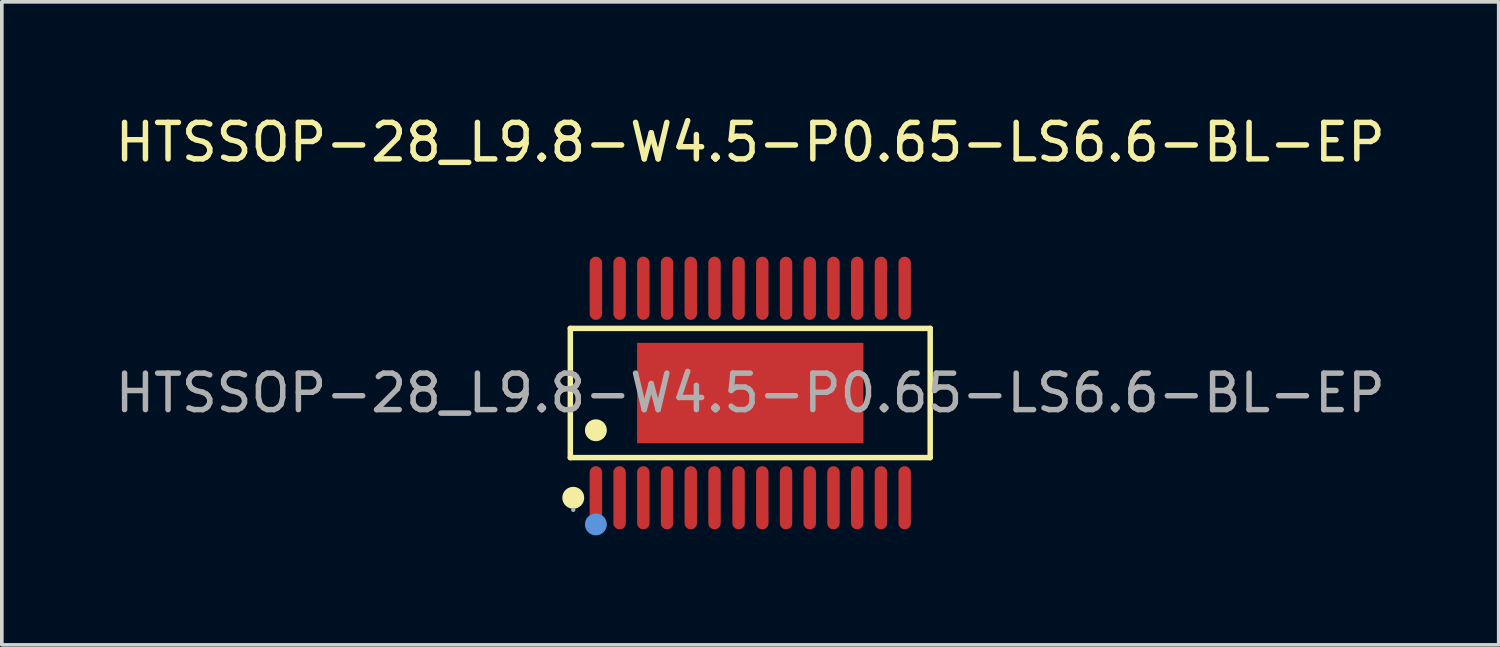
<source format=kicad_pcb>
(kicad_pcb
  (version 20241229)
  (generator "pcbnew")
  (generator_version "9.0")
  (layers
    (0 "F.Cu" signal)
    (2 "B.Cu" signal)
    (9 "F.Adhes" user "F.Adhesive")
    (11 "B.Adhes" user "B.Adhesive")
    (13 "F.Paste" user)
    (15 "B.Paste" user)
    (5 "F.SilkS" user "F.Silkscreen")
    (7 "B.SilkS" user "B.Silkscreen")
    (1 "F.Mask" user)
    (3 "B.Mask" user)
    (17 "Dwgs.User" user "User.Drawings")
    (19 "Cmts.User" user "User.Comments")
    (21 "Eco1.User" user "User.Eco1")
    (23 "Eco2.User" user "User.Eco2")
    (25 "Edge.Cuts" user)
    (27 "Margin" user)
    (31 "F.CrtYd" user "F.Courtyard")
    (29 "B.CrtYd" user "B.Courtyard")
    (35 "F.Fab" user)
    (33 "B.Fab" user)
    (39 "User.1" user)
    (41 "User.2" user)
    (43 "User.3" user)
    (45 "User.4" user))
  (footprint "HTSSOP-28_L9.8-W4.5-P0.65-LS6.6-BL-EP"
    (layer "F.Cu")
    (at 17.506 7.718)
    (property "Reference" "HTSSOP-28_L9.8-W4.5-P0.65-LS6.6-BL-EP" (at 0 -6.87 0) (layer "F.SilkS") (effects (font (size 1 1) (thickness 0.15))))
    (attr smd)
    (fp_line (start -4.93 -1.77) (end 4.93 -1.77) (stroke (width 0.15) (type solid)) (layer "F.SilkS"))
    (fp_line (start -4.93 1.77) (end -4.93 -1.77) (stroke (width 0.15) (type solid)) (layer "F.SilkS"))
    (fp_line (start 4.93 -1.77) (end 4.93 1.77) (stroke (width 0.15) (type solid)) (layer "F.SilkS"))
    (fp_line (start 4.93 1.77) (end -4.93 1.77) (stroke (width 0.15) (type solid)) (layer "F.SilkS"))
    (fp_circle (center -4.85 2.87) (end -4.7 2.87) (stroke (width 0.3) (type solid)) (fill no) (layer "F.SilkS"))
    (fp_circle (center -4.23 1.02) (end -4.08 1.02) (stroke (width 0.3) (type solid)) (fill no) (layer "F.SilkS"))
    (fp_circle (center -4.23 3.6) (end -4.08 3.6) (stroke (width 0.3) (type solid)) (fill no) (layer "Cmts.User"))
    (fp_circle (center -4.85 3.2) (end -4.82 3.2) (stroke (width 0.06) (type solid)) (fill no) (layer "F.Fab"))
    (fp_text user "${REFERENCE}" (at 0 0 0) (layer "F.Fab") (effects (font (size 1 1) (thickness 0.15))))
    (pad "1" smd oval (at -4.23 2.87) (size 0.34 1.73) (layers "F.Cu" "F.Mask" "F.Paste"))
    (pad "2" smd oval (at -3.58 2.87) (size 0.34 1.73) (layers "F.Cu" "F.Mask" "F.Paste"))
    (pad "3" smd oval (at -2.93 2.87) (size 0.34 1.73) (layers "F.Cu" "F.Mask" "F.Paste"))
    (pad "4" smd oval (at -2.28 2.87) (size 0.34 1.73) (layers "F.Cu" "F.Mask" "F.Paste"))
    (pad "5" smd oval (at -1.63 2.87) (size 0.34 1.73) (layers "F.Cu" "F.Mask" "F.Paste"))
    (pad "6" smd oval (at -0.98 2.87) (size 0.34 1.73) (layers "F.Cu" "F.Mask" "F.Paste"))
    (pad "7" smd oval (at -0.32 2.87) (size 0.34 1.73) (layers "F.Cu" "F.Mask" "F.Paste"))
    (pad "8" smd oval (at 0.33 2.87) (size 0.34 1.73) (layers "F.Cu" "F.Mask" "F.Paste"))
    (pad "9" smd oval (at 0.98 2.87) (size 0.34 1.73) (layers "F.Cu" "F.Mask" "F.Paste"))
    (pad "10" smd oval (at 1.63 2.87) (size 0.34 1.73) (layers "F.Cu" "F.Mask" "F.Paste"))
    (pad "11" smd oval (at 2.28 2.87) (size 0.34 1.73) (layers "F.Cu" "F.Mask" "F.Paste"))
    (pad "12" smd oval (at 2.93 2.87) (size 0.34 1.73) (layers "F.Cu" "F.Mask" "F.Paste"))
    (pad "13" smd oval (at 3.58 2.87) (size 0.34 1.73) (layers "F.Cu" "F.Mask" "F.Paste"))
    (pad "14" smd oval (at 4.23 2.87) (size 0.34 1.73) (layers "F.Cu" "F.Mask" "F.Paste"))
    (pad "15" smd oval (at 4.23 -2.87) (size 0.34 1.73) (layers "F.Cu" "F.Mask" "F.Paste"))
    (pad "16" smd oval (at 3.58 -2.87) (size 0.34 1.73) (layers "F.Cu" "F.Mask" "F.Paste"))
    (pad "17" smd oval (at 2.93 -2.87) (size 0.34 1.73) (layers "F.Cu" "F.Mask" "F.Paste"))
    (pad "18" smd oval (at 2.28 -2.87) (size 0.34 1.73) (layers "F.Cu" "F.Mask" "F.Paste"))
    (pad "19" smd oval (at 1.63 -2.87) (size 0.34 1.73) (layers "F.Cu" "F.Mask" "F.Paste"))
    (pad "20" smd oval (at 0.98 -2.87) (size 0.34 1.73) (layers "F.Cu" "F.Mask" "F.Paste"))
    (pad "21" smd oval (at 0.33 -2.87) (size 0.34 1.73) (layers "F.Cu" "F.Mask" "F.Paste"))
    (pad "22" smd oval (at -0.32 -2.87) (size 0.34 1.73) (layers "F.Cu" "F.Mask" "F.Paste"))
    (pad "23" smd oval (at -0.98 -2.87) (size 0.34 1.73) (layers "F.Cu" "F.Mask" "F.Paste"))
    (pad "24" smd oval (at -1.63 -2.87) (size 0.34 1.73) (layers "F.Cu" "F.Mask" "F.Paste"))
    (pad "25" smd oval (at -2.28 -2.87) (size 0.34 1.73) (layers "F.Cu" "F.Mask" "F.Paste"))
    (pad "26" smd oval (at -2.93 -2.87) (size 0.34 1.73) (layers "F.Cu" "F.Mask" "F.Paste"))
    (pad "27" smd oval (at -3.58 -2.87) (size 0.34 1.73) (layers "F.Cu" "F.Mask" "F.Paste"))
    (pad "28" smd oval (at -4.23 -2.87) (size 0.34 1.73) (layers "F.Cu" "F.Mask" "F.Paste"))
    (pad "29" smd rect (at 0 0) (size 6.2 2.75) (layers "F.Cu" "F.Mask" "F.Paste")))
  (gr_rect
    (start -3 -3)
    (end 38.012 14.618)
    (stroke (width 0.1) (type default))
    (fill no)
    (layer "Edge.Cuts")))
</source>
